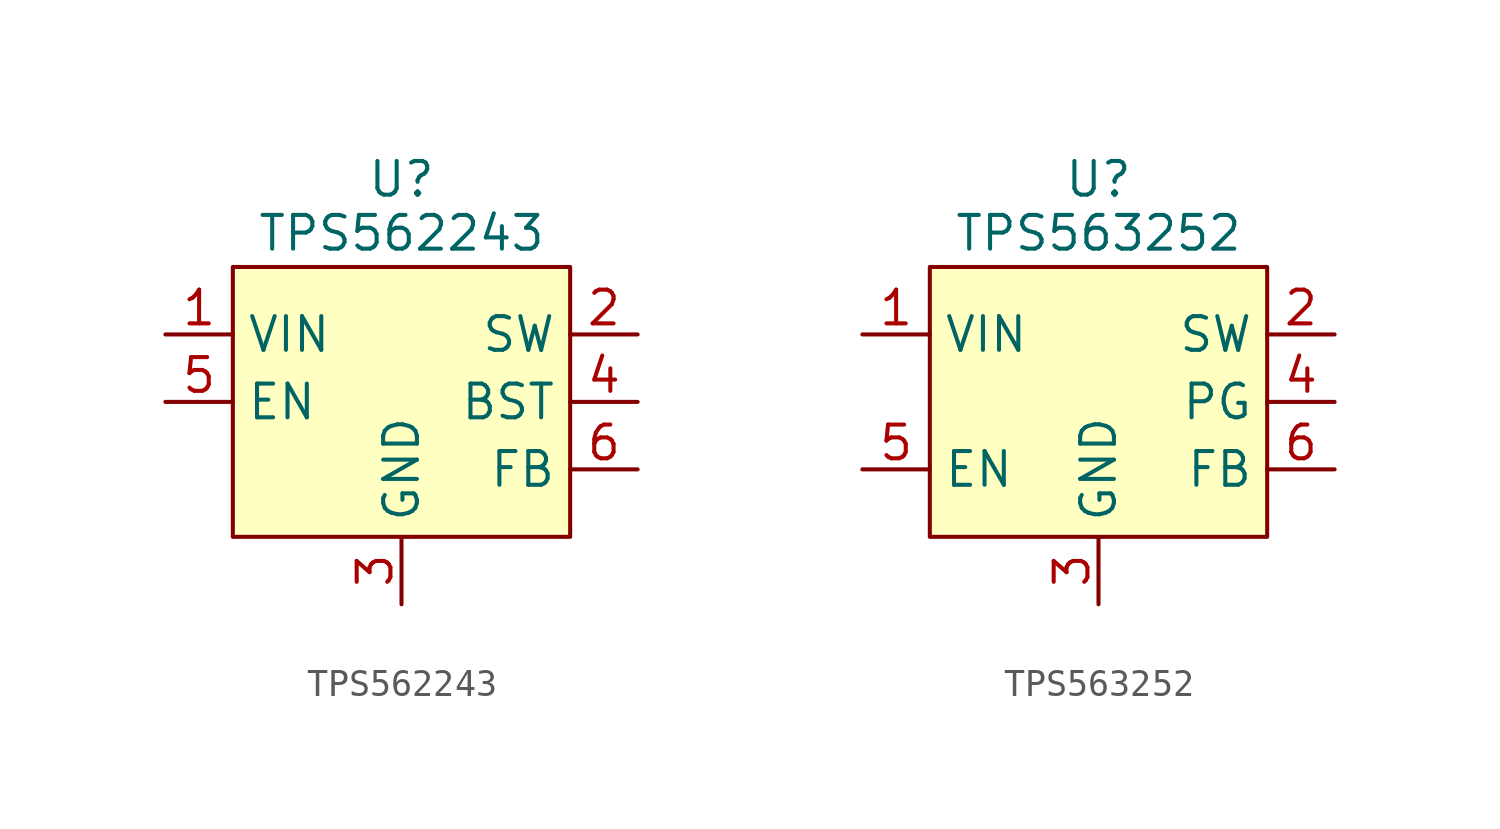
<source format=kicad_sym>
(kicad_symbol_lib
  (version 20241209)
  (generator "kicad_symbol_editor")
  (generator_version "9.0")
  (symbol "TPS562243"
    (property "Reference" "U"
      (at 0 3.302 0)
      (effects (font (size 1.27 1.27))))
    (property "Value" "TPS562243"
      (at 0 1.27 0)
      (effects (font (size 1.27 1.27))))
    (symbol "TPS562243_0_0"
      (pin unspecified line (at -8.89 -2.54 0) (length 2.54) (name "VIN" (effects (font (size 1.27 1.27)))) (number "1" (effects (font (size 1.27 1.27)))))
      (pin unspecified line (at -8.89 -5.08 0) (length 2.54) (name "EN" (effects (font (size 1.27 1.27)))) (number "5" (effects (font (size 1.27 1.27)))))
      (pin unspecified line (at 0 -12.7 90) (length 2.54) (name "GND" (effects (font (size 1.27 1.27)))) (number "3" (effects (font (size 1.27 1.27)))))
      (pin unspecified line (at 8.89 -2.54 180) (length 2.54) (name "SW" (effects (font (size 1.27 1.27)))) (number "2" (effects (font (size 1.27 1.27)))))
      (pin unspecified line (at 8.89 -5.08 180) (length 2.54) (name "BST" (effects (font (size 1.27 1.27)))) (number "4" (effects (font (size 1.27 1.27)))))
      (pin unspecified line (at 8.89 -7.62 180) (length 2.54) (name "FB" (effects (font (size 1.27 1.27)))) (number "6" (effects (font (size 1.27 1.27))))))
    (symbol "TPS562243_1_1"
      (rectangle (start -6.35 0) (end 6.35 -10.16) (stroke (width 0) (type solid)) (fill (type background)))))
  (symbol "TPS563252"
    (property "Reference" "U"
      (at 0 3.302 0)
      (effects (font (size 1.27 1.27))))
    (property "Value" "TPS563252"
      (at 0 1.27 0)
      (effects (font (size 1.27 1.27))))
    (symbol "TPS563252_0_0"
      (pin unspecified line (at -8.89 -2.54 0) (length 2.54) (name "VIN" (effects (font (size 1.27 1.27)))) (number "1" (effects (font (size 1.27 1.27)))))
      (pin unspecified line (at -8.89 -7.62 0) (length 2.54) (name "EN" (effects (font (size 1.27 1.27)))) (number "5" (effects (font (size 1.27 1.27)))))
      (pin unspecified line (at 0 -12.7 90) (length 2.54) (name "GND" (effects (font (size 1.27 1.27)))) (number "3" (effects (font (size 1.27 1.27)))))
      (pin unspecified line (at 8.89 -2.54 180) (length 2.54) (name "SW" (effects (font (size 1.27 1.27)))) (number "2" (effects (font (size 1.27 1.27)))))
      (pin unspecified line (at 8.89 -5.08 180) (length 2.54) (name "PG" (effects (font (size 1.27 1.27)))) (number "4" (effects (font (size 1.27 1.27)))))
      (pin unspecified line (at 8.89 -7.62 180) (length 2.54) (name "FB" (effects (font (size 1.27 1.27)))) (number "6" (effects (font (size 1.27 1.27))))))
    (symbol "TPS563252_1_1"
      (rectangle (start -6.35 0) (end 6.35 -10.16) (stroke (width 0) (type solid)) (fill (type background))))))
</source>
